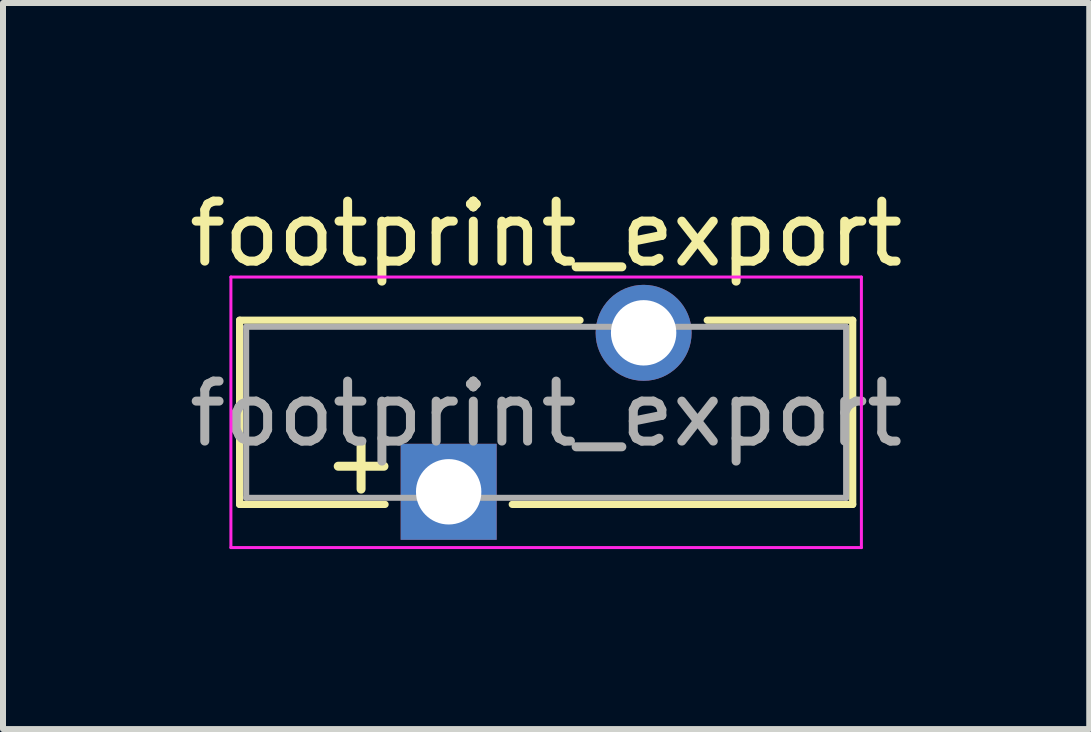
<source format=kicad_pcb>
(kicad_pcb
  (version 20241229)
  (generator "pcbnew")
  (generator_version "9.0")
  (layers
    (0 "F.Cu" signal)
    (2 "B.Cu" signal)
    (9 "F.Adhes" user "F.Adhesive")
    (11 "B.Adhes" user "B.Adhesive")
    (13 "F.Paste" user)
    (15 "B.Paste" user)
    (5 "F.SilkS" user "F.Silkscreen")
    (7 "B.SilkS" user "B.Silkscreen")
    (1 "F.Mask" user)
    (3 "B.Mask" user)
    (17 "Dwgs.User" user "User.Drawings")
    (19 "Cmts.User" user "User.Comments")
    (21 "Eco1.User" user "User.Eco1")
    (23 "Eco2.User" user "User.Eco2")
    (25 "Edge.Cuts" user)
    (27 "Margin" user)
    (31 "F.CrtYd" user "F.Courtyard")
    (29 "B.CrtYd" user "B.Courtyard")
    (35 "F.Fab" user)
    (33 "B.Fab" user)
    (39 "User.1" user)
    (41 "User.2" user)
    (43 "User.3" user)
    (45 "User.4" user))
  (footprint "footprint_export"
    (layer "F.Cu")
    (at 4.429 5.148)
    (property "Reference" "footprint_export" (at 1.625 -4.3 0) (layer "F.SilkS") (effects (font (size 1 1) (thickness 0.15))))
    (attr through_hole)
    (fp_line (start -3.485 -2.86) (end 2.19 -2.86) (stroke (width 0.12) (type solid)) (layer "F.SilkS"))
    (fp_line (start -3.485 0.21) (end -3.485 -2.86) (stroke (width 0.12) (type solid)) (layer "F.SilkS"))
    (fp_line (start -3.485 0.21) (end -1.06 0.21) (stroke (width 0.12) (type solid)) (layer "F.SilkS"))
    (fp_line (start 1.06 0.21) (end 6.735 0.21) (stroke (width 0.12) (type solid)) (layer "F.SilkS"))
    (fp_line (start 4.31 -2.86) (end 6.735 -2.86) (stroke (width 0.12) (type solid)) (layer "F.SilkS"))
    (fp_line (start 6.735 0.21) (end 6.735 -2.86) (stroke (width 0.12) (type solid)) (layer "F.SilkS"))
    (fp_line (start -3.63 -3.58) (end -3.63 0.93) (stroke (width 0.05) (type solid)) (layer "F.CrtYd"))
    (fp_line (start -3.63 -3.58) (end 6.88 -3.58) (stroke (width 0.05) (type solid)) (layer "F.CrtYd"))
    (fp_line (start -3.63 0.93) (end 6.88 0.93) (stroke (width 0.05) (type solid)) (layer "F.CrtYd"))
    (fp_line (start 6.88 -3.58) (end 6.88 0.93) (stroke (width 0.05) (type solid)) (layer "F.CrtYd"))
    (fp_line (start -3.375 -2.75) (end -3.375 0.1) (stroke (width 0.1) (type solid)) (layer "F.Fab"))
    (fp_line (start -3.375 -2.75) (end 6.625 -2.75) (stroke (width 0.1) (type solid)) (layer "F.Fab"))
    (fp_line (start -3.375 0.1) (end 6.625 0.1) (stroke (width 0.1) (type solid)) (layer "F.Fab"))
    (fp_line (start 6.625 -2.75) (end 6.625 0.1) (stroke (width 0.1) (type solid)) (layer "F.Fab"))
    (fp_text user "+" (at -1.46 -0.5 0) (layer "F.SilkS") (effects (font (size 1 1) (thickness 0.15))))
    (fp_text user "${REFERENCE}" (at 1.625 -1.3 180) (layer "F.Fab") (effects (font (size 1 1) (thickness 0.15))))
    (pad "1" thru_hole rect (at 0 0) (size 1.6 1.6) (drill 1.09) (layers "*.Cu" "*.Mask"))
    (pad "2" thru_hole circle (at 3.25 -2.65) (size 1.6 1.6) (drill 1.09) (layers "*.Cu" "*.Mask")))
  (gr_rect
    (start -3 -3)
    (end 15.107 9.103)
    (stroke (width 0.1) (type default))
    (fill no)
    (layer "Edge.Cuts")))
</source>
